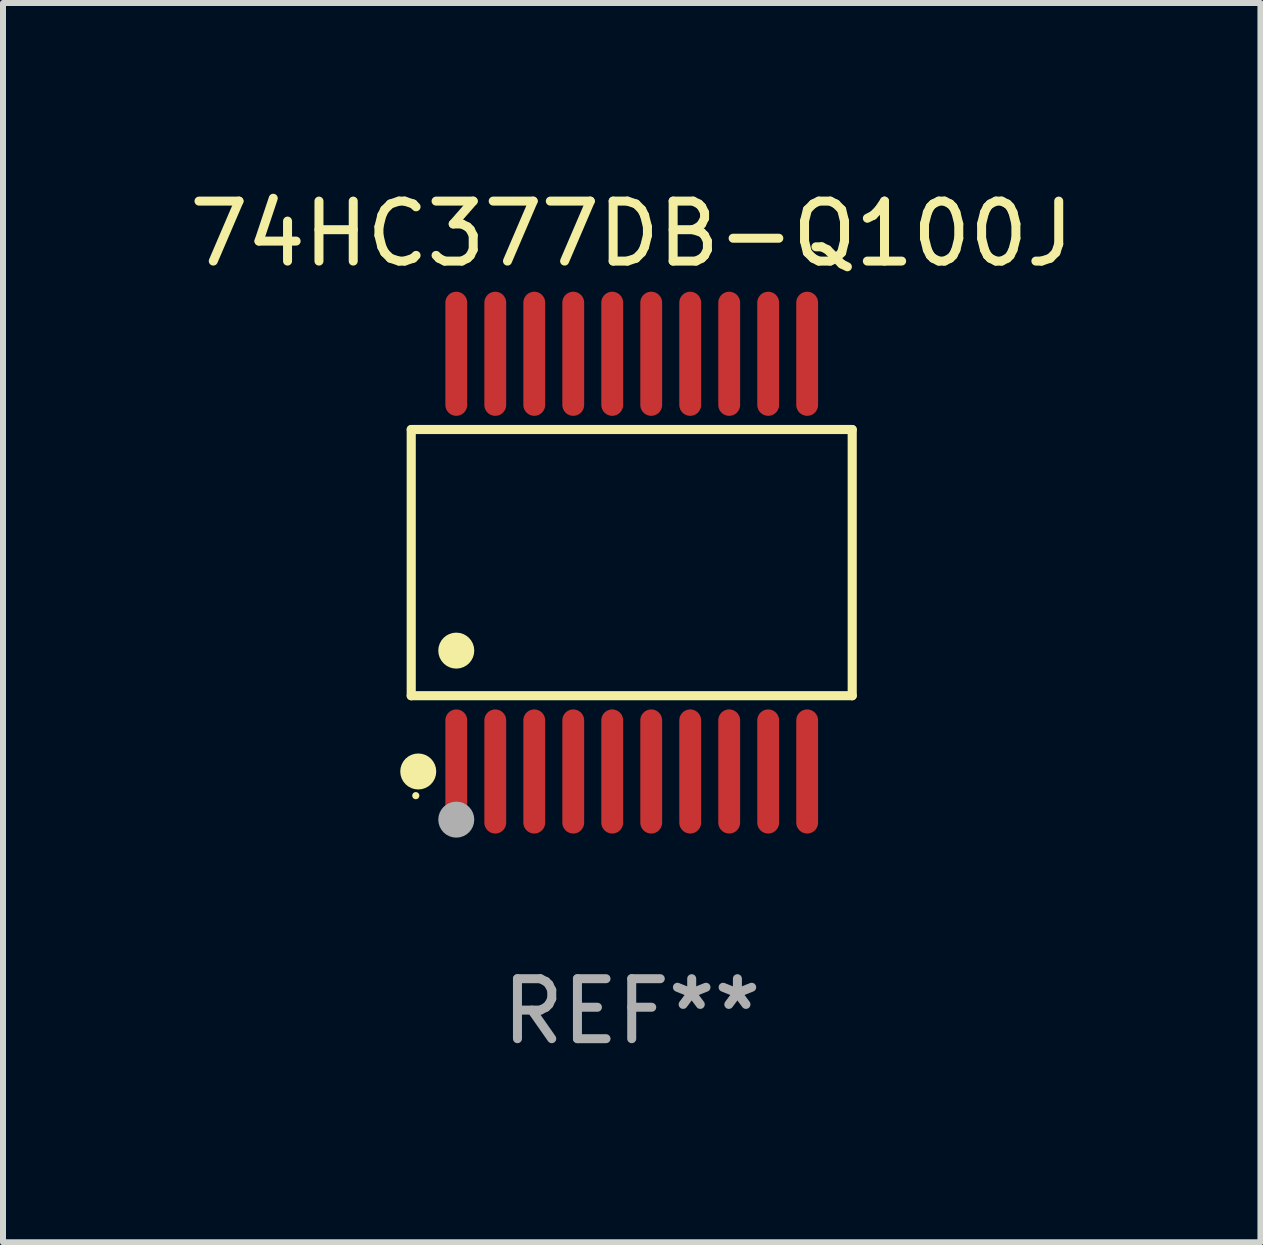
<source format=kicad_pcb>
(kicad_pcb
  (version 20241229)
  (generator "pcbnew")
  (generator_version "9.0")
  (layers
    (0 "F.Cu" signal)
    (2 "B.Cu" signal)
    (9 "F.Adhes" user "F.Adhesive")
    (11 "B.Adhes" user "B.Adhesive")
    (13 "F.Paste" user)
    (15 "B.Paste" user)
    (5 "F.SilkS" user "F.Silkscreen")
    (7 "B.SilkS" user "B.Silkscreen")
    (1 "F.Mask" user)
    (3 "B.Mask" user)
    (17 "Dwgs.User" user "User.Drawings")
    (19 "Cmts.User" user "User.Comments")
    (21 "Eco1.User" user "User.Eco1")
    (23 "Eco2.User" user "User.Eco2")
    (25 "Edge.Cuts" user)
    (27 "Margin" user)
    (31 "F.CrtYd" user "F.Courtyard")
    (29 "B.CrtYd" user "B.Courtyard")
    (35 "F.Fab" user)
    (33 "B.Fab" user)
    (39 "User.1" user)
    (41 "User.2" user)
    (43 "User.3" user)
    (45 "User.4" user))
  (footprint "74HC377DB-Q100J"
    (layer "F.Cu")
    (at 7.482 6.33)
    (property "Reference" "74HC377DB-Q100J" (at 0 -5.482 0) (layer "F.SilkS") (effects (font (size 1 1) (thickness 0.15))))
    (attr through_hole)
    (fp_line (start -3.676 -2.219) (end 3.676 -2.219) (stroke (width 0.152) (type solid)) (layer "F.SilkS"))
    (fp_line (start -3.676 2.219) (end -3.676 -2.219) (stroke (width 0.152) (type solid)) (layer "F.SilkS"))
    (fp_line (start 3.676 -2.219) (end 3.676 2.219) (stroke (width 0.152) (type solid)) (layer "F.SilkS"))
    (fp_line (start 3.676 2.219) (end -3.676 2.219) (stroke (width 0.152) (type solid)) (layer "F.SilkS"))
    (fp_circle (center -3.6 3.885) (end -3.57 3.885) (stroke (width 0.06) (type solid)) (fill no) (layer "F.SilkS"))
    (fp_circle (center -3.559 3.482) (end -3.409 3.482) (stroke (width 0.3) (type solid)) (fill no) (layer "F.SilkS"))
    (fp_circle (center -2.925 1.467) (end -2.775 1.467) (stroke (width 0.3) (type solid)) (fill no) (layer "F.SilkS"))
    (fp_circle (center -2.925 4.285) (end -2.775 4.285) (stroke (width 0.3) (type solid)) (fill no) (layer "F.Fab"))
    (fp_text user "REF**" (at 0 7.482 0) (layer "F.Fab") (effects (font (size 1 1) (thickness 0.15))))
    (pad "1" smd oval (at -2.925 3.482) (size 0.364 2.069) (layers "F.Cu" "F.Mask" "F.Paste"))
    (pad "2" smd oval (at -2.275 3.482) (size 0.364 2.069) (layers "F.Cu" "F.Mask" "F.Paste"))
    (pad "3" smd oval (at -1.625 3.482) (size 0.364 2.069) (layers "F.Cu" "F.Mask" "F.Paste"))
    (pad "4" smd oval (at -0.975 3.482) (size 0.364 2.069) (layers "F.Cu" "F.Mask" "F.Paste"))
    (pad "5" smd oval (at -0.325 3.482) (size 0.364 2.069) (layers "F.Cu" "F.Mask" "F.Paste"))
    (pad "6" smd oval (at 0.325 3.482) (size 0.364 2.069) (layers "F.Cu" "F.Mask" "F.Paste"))
    (pad "7" smd oval (at 0.975 3.482) (size 0.364 2.069) (layers "F.Cu" "F.Mask" "F.Paste"))
    (pad "8" smd oval (at 1.625 3.482) (size 0.364 2.069) (layers "F.Cu" "F.Mask" "F.Paste"))
    (pad "9" smd oval (at 2.275 3.482) (size 0.364 2.069) (layers "F.Cu" "F.Mask" "F.Paste"))
    (pad "10" smd oval (at 2.925 3.482) (size 0.364 2.069) (layers "F.Cu" "F.Mask" "F.Paste"))
    (pad "11" smd oval (at 2.925 -3.482) (size 0.364 2.069) (layers "F.Cu" "F.Mask" "F.Paste"))
    (pad "12" smd oval (at 2.275 -3.482) (size 0.364 2.069) (layers "F.Cu" "F.Mask" "F.Paste"))
    (pad "13" smd oval (at 1.625 -3.482) (size 0.364 2.069) (layers "F.Cu" "F.Mask" "F.Paste"))
    (pad "14" smd oval (at 0.975 -3.482) (size 0.364 2.069) (layers "F.Cu" "F.Mask" "F.Paste"))
    (pad "15" smd oval (at 0.325 -3.482) (size 0.364 2.069) (layers "F.Cu" "F.Mask" "F.Paste"))
    (pad "16" smd oval (at -0.325 -3.482) (size 0.364 2.069) (layers "F.Cu" "F.Mask" "F.Paste"))
    (pad "17" smd oval (at -0.975 -3.482) (size 0.364 2.069) (layers "F.Cu" "F.Mask" "F.Paste"))
    (pad "18" smd oval (at -1.625 -3.482) (size 0.364 2.069) (layers "F.Cu" "F.Mask" "F.Paste"))
    (pad "19" smd oval (at -2.275 -3.482) (size 0.364 2.069) (layers "F.Cu" "F.Mask" "F.Paste"))
    (pad "20" smd oval (at -2.925 -3.482) (size 0.364 2.069) (layers "F.Cu" "F.Mask" "F.Paste")))
  (gr_rect
    (start -3 -3)
    (end 17.964 17.661)
    (stroke (width 0.1) (type default))
    (fill no)
    (layer "Edge.Cuts")))
</source>
